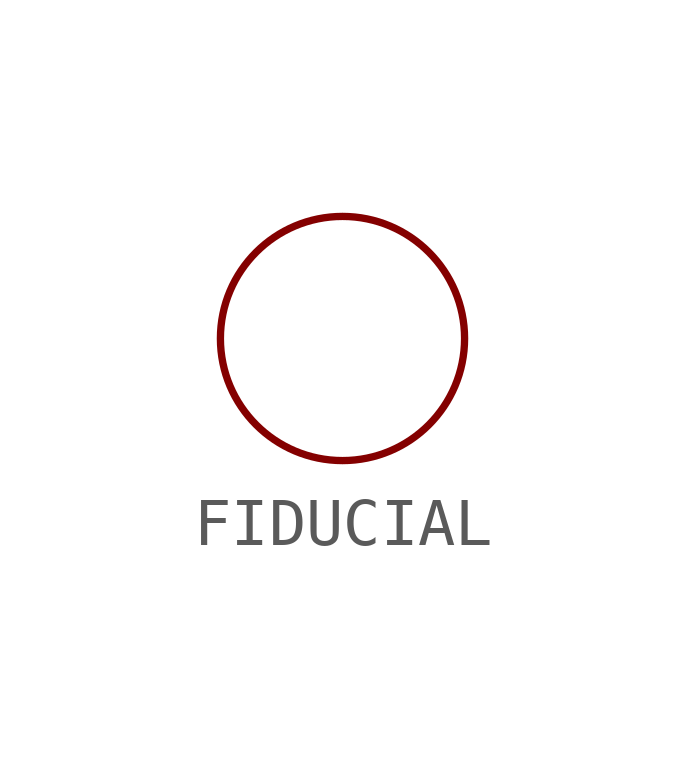
<source format=kicad_sym>
(kicad_symbol_lib
  (version 20211014)
  (generator kicad_symbol_editor)
  (symbol "FIDUCIAL"
    (pin_numbers hide)
    (pin_names
      (offset 1.016) hide)
    (property "Reference" "M"
      (at 0 0 0)
      (effects (font (size 1.143 1.143)) hide))
    (property "ki_locked" ""
      (at 0 0 0)
      (effects (font (size 1.27 1.27))))
    (symbol "FIDUCIAL_1_1"
      (circle (center 0 0) (radius 2.54) (stroke (width 0) (type default) (color 0 0 0 0)) (fill (type none))))))
</source>
